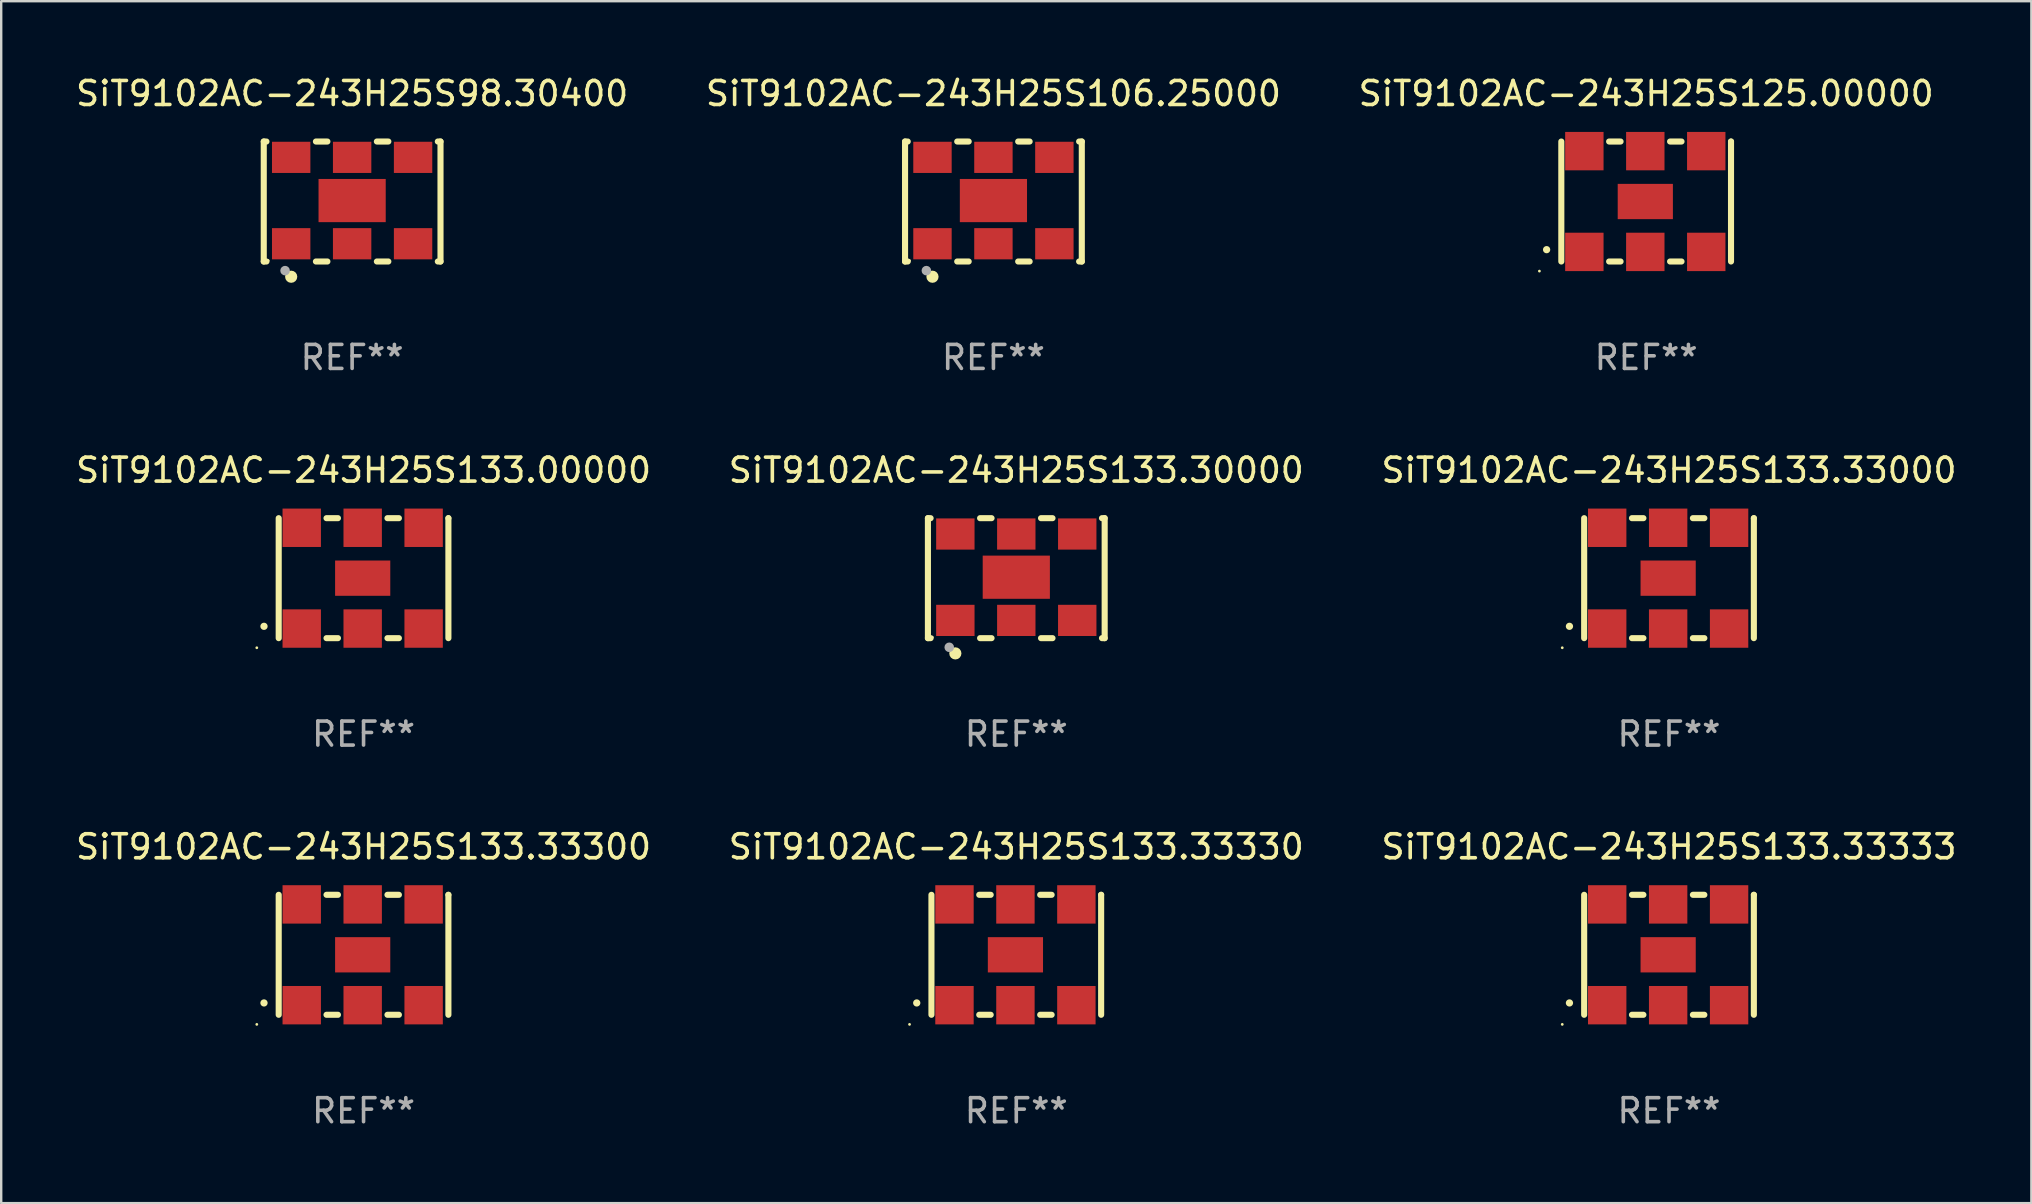
<source format=kicad_pcb>
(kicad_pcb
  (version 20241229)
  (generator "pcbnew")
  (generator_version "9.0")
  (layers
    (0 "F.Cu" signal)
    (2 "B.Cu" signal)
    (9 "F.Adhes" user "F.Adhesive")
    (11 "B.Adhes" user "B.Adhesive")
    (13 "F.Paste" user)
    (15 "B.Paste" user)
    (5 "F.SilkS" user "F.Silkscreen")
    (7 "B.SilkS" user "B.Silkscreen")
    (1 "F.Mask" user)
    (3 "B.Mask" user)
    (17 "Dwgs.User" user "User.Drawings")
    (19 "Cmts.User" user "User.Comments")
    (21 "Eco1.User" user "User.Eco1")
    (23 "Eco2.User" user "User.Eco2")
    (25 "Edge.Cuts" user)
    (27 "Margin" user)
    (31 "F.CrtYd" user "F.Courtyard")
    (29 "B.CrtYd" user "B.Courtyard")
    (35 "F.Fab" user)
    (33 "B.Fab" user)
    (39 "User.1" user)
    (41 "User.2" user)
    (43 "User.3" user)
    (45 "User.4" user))
  (footprint "SiT9102AC-243H25S133.33330"
    (layer "F.Cu")
    (at 39.304 36.741)
    (property "Reference" "SiT9102AC-243H25S133.33330" (at 0 -4.5 0) (layer "F.SilkS") (effects (font (size 1 1) (thickness 0.15))))
    (attr through_hole)
    (fp_line (start -3.536 -2.5) (end -3.536 2.5) (stroke (width 0.254) (type solid)) (layer "F.SilkS"))
    (fp_line (start -1.544 2.5) (end -1.067 2.5) (stroke (width 0.254) (type solid)) (layer "F.SilkS"))
    (fp_line (start -1.067 -2.5) (end -1.544 -2.5) (stroke (width 0.254) (type solid)) (layer "F.SilkS"))
    (fp_line (start 0.996 2.5) (end 1.473 2.5) (stroke (width 0.254) (type solid)) (layer "F.SilkS"))
    (fp_line (start 1.473 -2.5) (end 0.996 -2.5) (stroke (width 0.254) (type solid)) (layer "F.SilkS"))
    (fp_line (start 3.536 -2.5) (end 3.536 -2.5) (stroke (width 0.254) (type solid)) (layer "F.SilkS"))
    (fp_line (start 3.536 2.5) (end 3.536 -2.5) (stroke (width 0.254) (type solid)) (layer "F.SilkS"))
    (fp_arc (start -4.150432 2.006604) (mid -4.149162 2.006599) (end -4.147892 2.006604) (stroke (width 0.3) (type solid)) (layer "F.SilkS"))
    (fp_circle (center -4.449 2.9) (end -4.419 2.9) (stroke (width 0.06) (type solid)) (fill no) (layer "F.SilkS"))
    (fp_text user "REF**" (at 0 6.5 0) (layer "F.Fab") (effects (font (size 1 1) (thickness 0.15))))
    (pad "1" smd rect (at -2.576 2.1) (size 1.6 1.6) (layers "F.Cu" "F.Mask" "F.Paste"))
    (pad "2" smd rect (at -0.036 2.1) (size 1.6 1.6) (layers "F.Cu" "F.Mask" "F.Paste"))
    (pad "3" smd rect (at 2.504 2.1) (size 1.6 1.6) (layers "F.Cu" "F.Mask" "F.Paste"))
    (pad "4" smd rect (at 2.504 -2.1) (size 1.6 1.6) (layers "F.Cu" "F.Mask" "F.Paste"))
    (pad "5" smd rect (at -0.036 -2.1) (size 1.6 1.6) (layers "F.Cu" "F.Mask" "F.Paste"))
    (pad "6" smd rect (at -2.576 -2.1) (size 1.6 1.6) (layers "F.Cu" "F.Mask" "F.Paste"))
    (pad "7" smd rect (at -0.036 0) (size 2.3 1.47) (layers "F.Cu" "F.Mask" "F.Paste")))
  (footprint "SiT9102AC-243H25S98.30400"
    (layer "F.Cu")
    (at 11.625 5.348)
    (property "Reference" "SiT9102AC-243H25S98.30400" (at 0 -4.5 0) (layer "F.SilkS") (effects (font (size 1 1) (thickness 0.15))))
    (attr through_hole)
    (fp_line (start -3.683 -2.5) (end -3.571 -2.5) (stroke (width 0.254) (type solid)) (layer "F.SilkS"))
    (fp_line (start -3.683 2.5) (end -3.683 -2.5) (stroke (width 0.254) (type solid)) (layer "F.SilkS"))
    (fp_line (start -3.683 2.5) (end -3.571 2.5) (stroke (width 0.254) (type solid)) (layer "F.SilkS"))
    (fp_line (start -1.509 -2.5) (end -1.031 -2.5) (stroke (width 0.254) (type solid)) (layer "F.SilkS"))
    (fp_line (start -1.509 2.5) (end -1.031 2.5) (stroke (width 0.254) (type solid)) (layer "F.SilkS"))
    (fp_line (start 1.031 -2.5) (end 1.509 -2.5) (stroke (width 0.254) (type solid)) (layer "F.SilkS"))
    (fp_line (start 1.031 2.5) (end 1.509 2.5) (stroke (width 0.254) (type solid)) (layer "F.SilkS"))
    (fp_line (start 3.571 -2.5) (end 3.683 -2.5) (stroke (width 0.254) (type solid)) (layer "F.SilkS"))
    (fp_line (start 3.571 2.5) (end 3.683 2.5) (stroke (width 0.254) (type solid)) (layer "F.SilkS"))
    (fp_line (start 3.683 2.5) (end 3.683 -2.5) (stroke (width 0.254) (type solid)) (layer "F.SilkS"))
    (fp_circle (center -3.5 2.46) (end -3.47 2.46) (stroke (width 0.06) (type solid)) (fill no) (layer "F.SilkS"))
    (fp_circle (center -2.54 3.135) (end -2.413 3.135) (stroke (width 0.254) (type solid)) (fill no) (layer "F.SilkS"))
    (fp_circle (center -2.794 2.881) (end -2.694 2.881) (stroke (width 0.2) (type solid)) (fill no) (layer "F.Fab"))
    (fp_text user "REF**" (at 0 6.5 0) (layer "F.Fab") (effects (font (size 1 1) (thickness 0.15))))
    (pad "1" smd rect (at -2.54 1.76) (size 1.6 1.3) (layers "F.Cu" "F.Mask" "F.Paste"))
    (pad "2" smd rect (at 0 1.76) (size 1.6 1.3) (layers "F.Cu" "F.Mask" "F.Paste"))
    (pad "3" smd rect (at 2.54 1.76) (size 1.6 1.3) (layers "F.Cu" "F.Mask" "F.Paste"))
    (pad "4" smd rect (at 2.54 -1.84) (size 1.6 1.3) (layers "F.Cu" "F.Mask" "F.Paste"))
    (pad "5" smd rect (at 0 -1.84) (size 1.6 1.3) (layers "F.Cu" "F.Mask" "F.Paste"))
    (pad "6" smd rect (at -2.54 -1.84) (size 1.6 1.3) (layers "F.Cu" "F.Mask" "F.Paste"))
    (pad "7" smd rect (at 0 -0.04) (size 2.8 1.8) (layers "F.Cu" "F.Mask" "F.Paste")))
  (footprint "SiT9102AC-243H25S125.00000"
    (layer "F.Cu")
    (at 65.554 5.348)
    (property "Reference" "SiT9102AC-243H25S125.00000" (at 0 -4.5 0) (layer "F.SilkS") (effects (font (size 1 1) (thickness 0.15))))
    (attr through_hole)
    (fp_line (start -3.536 -2.5) (end -3.536 2.5) (stroke (width 0.254) (type solid)) (layer "F.SilkS"))
    (fp_line (start -1.544 2.5) (end -1.067 2.5) (stroke (width 0.254) (type solid)) (layer "F.SilkS"))
    (fp_line (start -1.067 -2.5) (end -1.544 -2.5) (stroke (width 0.254) (type solid)) (layer "F.SilkS"))
    (fp_line (start 0.996 2.5) (end 1.473 2.5) (stroke (width 0.254) (type solid)) (layer "F.SilkS"))
    (fp_line (start 1.473 -2.5) (end 0.996 -2.5) (stroke (width 0.254) (type solid)) (layer "F.SilkS"))
    (fp_line (start 3.536 -2.5) (end 3.536 -2.5) (stroke (width 0.254) (type solid)) (layer "F.SilkS"))
    (fp_line (start 3.536 2.5) (end 3.536 -2.5) (stroke (width 0.254) (type solid)) (layer "F.SilkS"))
    (fp_arc (start -4.150432 2.006604) (mid -4.149162 2.006599) (end -4.147892 2.006604) (stroke (width 0.3) (type solid)) (layer "F.SilkS"))
    (fp_circle (center -4.449 2.9) (end -4.419 2.9) (stroke (width 0.06) (type solid)) (fill no) (layer "F.SilkS"))
    (fp_text user "REF**" (at 0 6.5 0) (layer "F.Fab") (effects (font (size 1 1) (thickness 0.15))))
    (pad "1" smd rect (at -2.576 2.1) (size 1.6 1.6) (layers "F.Cu" "F.Mask" "F.Paste"))
    (pad "2" smd rect (at -0.036 2.1) (size 1.6 1.6) (layers "F.Cu" "F.Mask" "F.Paste"))
    (pad "3" smd rect (at 2.504 2.1) (size 1.6 1.6) (layers "F.Cu" "F.Mask" "F.Paste"))
    (pad "4" smd rect (at 2.504 -2.1) (size 1.6 1.6) (layers "F.Cu" "F.Mask" "F.Paste"))
    (pad "5" smd rect (at -0.036 -2.1) (size 1.6 1.6) (layers "F.Cu" "F.Mask" "F.Paste"))
    (pad "6" smd rect (at -2.576 -2.1) (size 1.6 1.6) (layers "F.Cu" "F.Mask" "F.Paste"))
    (pad "7" smd rect (at -0.036 0) (size 2.3 1.47) (layers "F.Cu" "F.Mask" "F.Paste")))
  (footprint "SiT9102AC-243H25S133.33000"
    (layer "F.Cu")
    (at 66.506 21.045)
    (property "Reference" "SiT9102AC-243H25S133.33000" (at 0 -4.5 0) (layer "F.SilkS") (effects (font (size 1 1) (thickness 0.15))))
    (attr through_hole)
    (fp_line (start -3.536 -2.5) (end -3.536 2.5) (stroke (width 0.254) (type solid)) (layer "F.SilkS"))
    (fp_line (start -1.544 2.5) (end -1.067 2.5) (stroke (width 0.254) (type solid)) (layer "F.SilkS"))
    (fp_line (start -1.067 -2.5) (end -1.544 -2.5) (stroke (width 0.254) (type solid)) (layer "F.SilkS"))
    (fp_line (start 0.996 2.5) (end 1.473 2.5) (stroke (width 0.254) (type solid)) (layer "F.SilkS"))
    (fp_line (start 1.473 -2.5) (end 0.996 -2.5) (stroke (width 0.254) (type solid)) (layer "F.SilkS"))
    (fp_line (start 3.536 -2.5) (end 3.536 -2.5) (stroke (width 0.254) (type solid)) (layer "F.SilkS"))
    (fp_line (start 3.536 2.5) (end 3.536 -2.5) (stroke (width 0.254) (type solid)) (layer "F.SilkS"))
    (fp_arc (start -4.150432 2.006604) (mid -4.149162 2.006599) (end -4.147892 2.006604) (stroke (width 0.3) (type solid)) (layer "F.SilkS"))
    (fp_circle (center -4.449 2.9) (end -4.419 2.9) (stroke (width 0.06) (type solid)) (fill no) (layer "F.SilkS"))
    (fp_text user "REF**" (at 0 6.5 0) (layer "F.Fab") (effects (font (size 1 1) (thickness 0.15))))
    (pad "1" smd rect (at -2.576 2.1) (size 1.6 1.6) (layers "F.Cu" "F.Mask" "F.Paste"))
    (pad "2" smd rect (at -0.036 2.1) (size 1.6 1.6) (layers "F.Cu" "F.Mask" "F.Paste"))
    (pad "3" smd rect (at 2.504 2.1) (size 1.6 1.6) (layers "F.Cu" "F.Mask" "F.Paste"))
    (pad "4" smd rect (at 2.504 -2.1) (size 1.6 1.6) (layers "F.Cu" "F.Mask" "F.Paste"))
    (pad "5" smd rect (at -0.036 -2.1) (size 1.6 1.6) (layers "F.Cu" "F.Mask" "F.Paste"))
    (pad "6" smd rect (at -2.576 -2.1) (size 1.6 1.6) (layers "F.Cu" "F.Mask" "F.Paste"))
    (pad "7" smd rect (at -0.036 0) (size 2.3 1.47) (layers "F.Cu" "F.Mask" "F.Paste")))
  (footprint "SiT9102AC-243H25S106.25000"
    (layer "F.Cu")
    (at 38.351 5.348)
    (property "Reference" "SiT9102AC-243H25S106.25000" (at 0 -4.5 0) (layer "F.SilkS") (effects (font (size 1 1) (thickness 0.15))))
    (attr through_hole)
    (fp_line (start -3.683 -2.5) (end -3.571 -2.5) (stroke (width 0.254) (type solid)) (layer "F.SilkS"))
    (fp_line (start -3.683 2.5) (end -3.683 -2.5) (stroke (width 0.254) (type solid)) (layer "F.SilkS"))
    (fp_line (start -3.683 2.5) (end -3.571 2.5) (stroke (width 0.254) (type solid)) (layer "F.SilkS"))
    (fp_line (start -1.509 -2.5) (end -1.031 -2.5) (stroke (width 0.254) (type solid)) (layer "F.SilkS"))
    (fp_line (start -1.509 2.5) (end -1.031 2.5) (stroke (width 0.254) (type solid)) (layer "F.SilkS"))
    (fp_line (start 1.031 -2.5) (end 1.509 -2.5) (stroke (width 0.254) (type solid)) (layer "F.SilkS"))
    (fp_line (start 1.031 2.5) (end 1.509 2.5) (stroke (width 0.254) (type solid)) (layer "F.SilkS"))
    (fp_line (start 3.571 -2.5) (end 3.683 -2.5) (stroke (width 0.254) (type solid)) (layer "F.SilkS"))
    (fp_line (start 3.571 2.5) (end 3.683 2.5) (stroke (width 0.254) (type solid)) (layer "F.SilkS"))
    (fp_line (start 3.683 2.5) (end 3.683 -2.5) (stroke (width 0.254) (type solid)) (layer "F.SilkS"))
    (fp_circle (center -3.5 2.46) (end -3.47 2.46) (stroke (width 0.06) (type solid)) (fill no) (layer "F.SilkS"))
    (fp_circle (center -2.54 3.135) (end -2.413 3.135) (stroke (width 0.254) (type solid)) (fill no) (layer "F.SilkS"))
    (fp_circle (center -2.794 2.881) (end -2.694 2.881) (stroke (width 0.2) (type solid)) (fill no) (layer "F.Fab"))
    (fp_text user "REF**" (at 0 6.5 0) (layer "F.Fab") (effects (font (size 1 1) (thickness 0.15))))
    (pad "1" smd rect (at -2.54 1.76) (size 1.6 1.3) (layers "F.Cu" "F.Mask" "F.Paste"))
    (pad "2" smd rect (at 0 1.76) (size 1.6 1.3) (layers "F.Cu" "F.Mask" "F.Paste"))
    (pad "3" smd rect (at 2.54 1.76) (size 1.6 1.3) (layers "F.Cu" "F.Mask" "F.Paste"))
    (pad "4" smd rect (at 2.54 -1.84) (size 1.6 1.3) (layers "F.Cu" "F.Mask" "F.Paste"))
    (pad "5" smd rect (at 0 -1.84) (size 1.6 1.3) (layers "F.Cu" "F.Mask" "F.Paste"))
    (pad "6" smd rect (at -2.54 -1.84) (size 1.6 1.3) (layers "F.Cu" "F.Mask" "F.Paste"))
    (pad "7" smd rect (at 0 -0.04) (size 2.8 1.8) (layers "F.Cu" "F.Mask" "F.Paste")))
  (footprint "SiT9102AC-243H25S133.33333"
    (layer "F.Cu")
    (at 66.506 36.741)
    (property "Reference" "SiT9102AC-243H25S133.33333" (at 0 -4.5 0) (layer "F.SilkS") (effects (font (size 1 1) (thickness 0.15))))
    (attr through_hole)
    (fp_line (start -3.536 -2.5) (end -3.536 2.5) (stroke (width 0.254) (type solid)) (layer "F.SilkS"))
    (fp_line (start -1.544 2.5) (end -1.067 2.5) (stroke (width 0.254) (type solid)) (layer "F.SilkS"))
    (fp_line (start -1.067 -2.5) (end -1.544 -2.5) (stroke (width 0.254) (type solid)) (layer "F.SilkS"))
    (fp_line (start 0.996 2.5) (end 1.473 2.5) (stroke (width 0.254) (type solid)) (layer "F.SilkS"))
    (fp_line (start 1.473 -2.5) (end 0.996 -2.5) (stroke (width 0.254) (type solid)) (layer "F.SilkS"))
    (fp_line (start 3.536 -2.5) (end 3.536 -2.5) (stroke (width 0.254) (type solid)) (layer "F.SilkS"))
    (fp_line (start 3.536 2.5) (end 3.536 -2.5) (stroke (width 0.254) (type solid)) (layer "F.SilkS"))
    (fp_arc (start -4.150432 2.006604) (mid -4.149162 2.006599) (end -4.147892 2.006604) (stroke (width 0.3) (type solid)) (layer "F.SilkS"))
    (fp_circle (center -4.449 2.9) (end -4.419 2.9) (stroke (width 0.06) (type solid)) (fill no) (layer "F.SilkS"))
    (fp_text user "REF**" (at 0 6.5 0) (layer "F.Fab") (effects (font (size 1 1) (thickness 0.15))))
    (pad "1" smd rect (at -2.576 2.1) (size 1.6 1.6) (layers "F.Cu" "F.Mask" "F.Paste"))
    (pad "2" smd rect (at -0.036 2.1) (size 1.6 1.6) (layers "F.Cu" "F.Mask" "F.Paste"))
    (pad "3" smd rect (at 2.504 2.1) (size 1.6 1.6) (layers "F.Cu" "F.Mask" "F.Paste"))
    (pad "4" smd rect (at 2.504 -2.1) (size 1.6 1.6) (layers "F.Cu" "F.Mask" "F.Paste"))
    (pad "5" smd rect (at -0.036 -2.1) (size 1.6 1.6) (layers "F.Cu" "F.Mask" "F.Paste"))
    (pad "6" smd rect (at -2.576 -2.1) (size 1.6 1.6) (layers "F.Cu" "F.Mask" "F.Paste"))
    (pad "7" smd rect (at -0.036 0) (size 2.3 1.47) (layers "F.Cu" "F.Mask" "F.Paste")))
  (footprint "SiT9102AC-243H25S133.00000"
    (layer "F.Cu")
    (at 12.101 21.045)
    (property "Reference" "SiT9102AC-243H25S133.00000" (at 0 -4.5 0) (layer "F.SilkS") (effects (font (size 1 1) (thickness 0.15))))
    (attr through_hole)
    (fp_line (start -3.536 -2.5) (end -3.536 2.5) (stroke (width 0.254) (type solid)) (layer "F.SilkS"))
    (fp_line (start -1.544 2.5) (end -1.067 2.5) (stroke (width 0.254) (type solid)) (layer "F.SilkS"))
    (fp_line (start -1.067 -2.5) (end -1.544 -2.5) (stroke (width 0.254) (type solid)) (layer "F.SilkS"))
    (fp_line (start 0.996 2.5) (end 1.473 2.5) (stroke (width 0.254) (type solid)) (layer "F.SilkS"))
    (fp_line (start 1.473 -2.5) (end 0.996 -2.5) (stroke (width 0.254) (type solid)) (layer "F.SilkS"))
    (fp_line (start 3.536 -2.5) (end 3.536 -2.5) (stroke (width 0.254) (type solid)) (layer "F.SilkS"))
    (fp_line (start 3.536 2.5) (end 3.536 -2.5) (stroke (width 0.254) (type solid)) (layer "F.SilkS"))
    (fp_arc (start -4.150432 2.006604) (mid -4.149162 2.006599) (end -4.147892 2.006604) (stroke (width 0.3) (type solid)) (layer "F.SilkS"))
    (fp_circle (center -4.449 2.9) (end -4.419 2.9) (stroke (width 0.06) (type solid)) (fill no) (layer "F.SilkS"))
    (fp_text user "REF**" (at 0 6.5 0) (layer "F.Fab") (effects (font (size 1 1) (thickness 0.15))))
    (pad "1" smd rect (at -2.576 2.1) (size 1.6 1.6) (layers "F.Cu" "F.Mask" "F.Paste"))
    (pad "2" smd rect (at -0.036 2.1) (size 1.6 1.6) (layers "F.Cu" "F.Mask" "F.Paste"))
    (pad "3" smd rect (at 2.504 2.1) (size 1.6 1.6) (layers "F.Cu" "F.Mask" "F.Paste"))
    (pad "4" smd rect (at 2.504 -2.1) (size 1.6 1.6) (layers "F.Cu" "F.Mask" "F.Paste"))
    (pad "5" smd rect (at -0.036 -2.1) (size 1.6 1.6) (layers "F.Cu" "F.Mask" "F.Paste"))
    (pad "6" smd rect (at -2.576 -2.1) (size 1.6 1.6) (layers "F.Cu" "F.Mask" "F.Paste"))
    (pad "7" smd rect (at -0.036 0) (size 2.3 1.47) (layers "F.Cu" "F.Mask" "F.Paste")))
  (footprint "SiT9102AC-243H25S133.33300"
    (layer "F.Cu")
    (at 12.101 36.741)
    (property "Reference" "SiT9102AC-243H25S133.33300" (at 0 -4.5 0) (layer "F.SilkS") (effects (font (size 1 1) (thickness 0.15))))
    (attr through_hole)
    (fp_line (start -3.536 -2.5) (end -3.536 2.5) (stroke (width 0.254) (type solid)) (layer "F.SilkS"))
    (fp_line (start -1.544 2.5) (end -1.067 2.5) (stroke (width 0.254) (type solid)) (layer "F.SilkS"))
    (fp_line (start -1.067 -2.5) (end -1.544 -2.5) (stroke (width 0.254) (type solid)) (layer "F.SilkS"))
    (fp_line (start 0.996 2.5) (end 1.473 2.5) (stroke (width 0.254) (type solid)) (layer "F.SilkS"))
    (fp_line (start 1.473 -2.5) (end 0.996 -2.5) (stroke (width 0.254) (type solid)) (layer "F.SilkS"))
    (fp_line (start 3.536 -2.5) (end 3.536 -2.5) (stroke (width 0.254) (type solid)) (layer "F.SilkS"))
    (fp_line (start 3.536 2.5) (end 3.536 -2.5) (stroke (width 0.254) (type solid)) (layer "F.SilkS"))
    (fp_arc (start -4.150432 2.006604) (mid -4.149162 2.006599) (end -4.147892 2.006604) (stroke (width 0.3) (type solid)) (layer "F.SilkS"))
    (fp_circle (center -4.449 2.9) (end -4.419 2.9) (stroke (width 0.06) (type solid)) (fill no) (layer "F.SilkS"))
    (fp_text user "REF**" (at 0 6.5 0) (layer "F.Fab") (effects (font (size 1 1) (thickness 0.15))))
    (pad "1" smd rect (at -2.576 2.1) (size 1.6 1.6) (layers "F.Cu" "F.Mask" "F.Paste"))
    (pad "2" smd rect (at -0.036 2.1) (size 1.6 1.6) (layers "F.Cu" "F.Mask" "F.Paste"))
    (pad "3" smd rect (at 2.504 2.1) (size 1.6 1.6) (layers "F.Cu" "F.Mask" "F.Paste"))
    (pad "4" smd rect (at 2.504 -2.1) (size 1.6 1.6) (layers "F.Cu" "F.Mask" "F.Paste"))
    (pad "5" smd rect (at -0.036 -2.1) (size 1.6 1.6) (layers "F.Cu" "F.Mask" "F.Paste"))
    (pad "6" smd rect (at -2.576 -2.1) (size 1.6 1.6) (layers "F.Cu" "F.Mask" "F.Paste"))
    (pad "7" smd rect (at -0.036 0) (size 2.3 1.47) (layers "F.Cu" "F.Mask" "F.Paste")))
  (footprint "SiT9102AC-243H25S133.30000"
    (layer "F.Cu")
    (at 39.304 21.045)
    (property "Reference" "SiT9102AC-243H25S133.30000" (at 0 -4.5 0) (layer "F.SilkS") (effects (font (size 1 1) (thickness 0.15))))
    (attr through_hole)
    (fp_line (start -3.683 -2.5) (end -3.571 -2.5) (stroke (width 0.254) (type solid)) (layer "F.SilkS"))
    (fp_line (start -3.683 2.5) (end -3.683 -2.5) (stroke (width 0.254) (type solid)) (layer "F.SilkS"))
    (fp_line (start -3.683 2.5) (end -3.571 2.5) (stroke (width 0.254) (type solid)) (layer "F.SilkS"))
    (fp_line (start -1.509 -2.5) (end -1.031 -2.5) (stroke (width 0.254) (type solid)) (layer "F.SilkS"))
    (fp_line (start -1.509 2.5) (end -1.031 2.5) (stroke (width 0.254) (type solid)) (layer "F.SilkS"))
    (fp_line (start 1.031 -2.5) (end 1.509 -2.5) (stroke (width 0.254) (type solid)) (layer "F.SilkS"))
    (fp_line (start 1.031 2.5) (end 1.509 2.5) (stroke (width 0.254) (type solid)) (layer "F.SilkS"))
    (fp_line (start 3.571 -2.5) (end 3.683 -2.5) (stroke (width 0.254) (type solid)) (layer "F.SilkS"))
    (fp_line (start 3.571 2.5) (end 3.683 2.5) (stroke (width 0.254) (type solid)) (layer "F.SilkS"))
    (fp_line (start 3.683 2.5) (end 3.683 -2.5) (stroke (width 0.254) (type solid)) (layer "F.SilkS"))
    (fp_circle (center -3.5 2.46) (end -3.47 2.46) (stroke (width 0.06) (type solid)) (fill no) (layer "F.SilkS"))
    (fp_circle (center -2.54 3.135) (end -2.413 3.135) (stroke (width 0.254) (type solid)) (fill no) (layer "F.SilkS"))
    (fp_circle (center -2.794 2.881) (end -2.694 2.881) (stroke (width 0.2) (type solid)) (fill no) (layer "F.Fab"))
    (fp_text user "REF**" (at 0 6.5 0) (layer "F.Fab") (effects (font (size 1 1) (thickness 0.15))))
    (pad "1" smd rect (at -2.54 1.76) (size 1.6 1.3) (layers "F.Cu" "F.Mask" "F.Paste"))
    (pad "2" smd rect (at 0 1.76) (size 1.6 1.3) (layers "F.Cu" "F.Mask" "F.Paste"))
    (pad "3" smd rect (at 2.54 1.76) (size 1.6 1.3) (layers "F.Cu" "F.Mask" "F.Paste"))
    (pad "4" smd rect (at 2.54 -1.84) (size 1.6 1.3) (layers "F.Cu" "F.Mask" "F.Paste"))
    (pad "5" smd rect (at 0 -1.84) (size 1.6 1.3) (layers "F.Cu" "F.Mask" "F.Paste"))
    (pad "6" smd rect (at -2.54 -1.84) (size 1.6 1.3) (layers "F.Cu" "F.Mask" "F.Paste"))
    (pad "7" smd rect (at 0 -0.04) (size 2.8 1.8) (layers "F.Cu" "F.Mask" "F.Paste")))
  (gr_rect
    (start -3 -3)
    (end 81.607 47.09)
    (stroke (width 0.1) (type default))
    (fill no)
    (layer "Edge.Cuts")))
</source>
